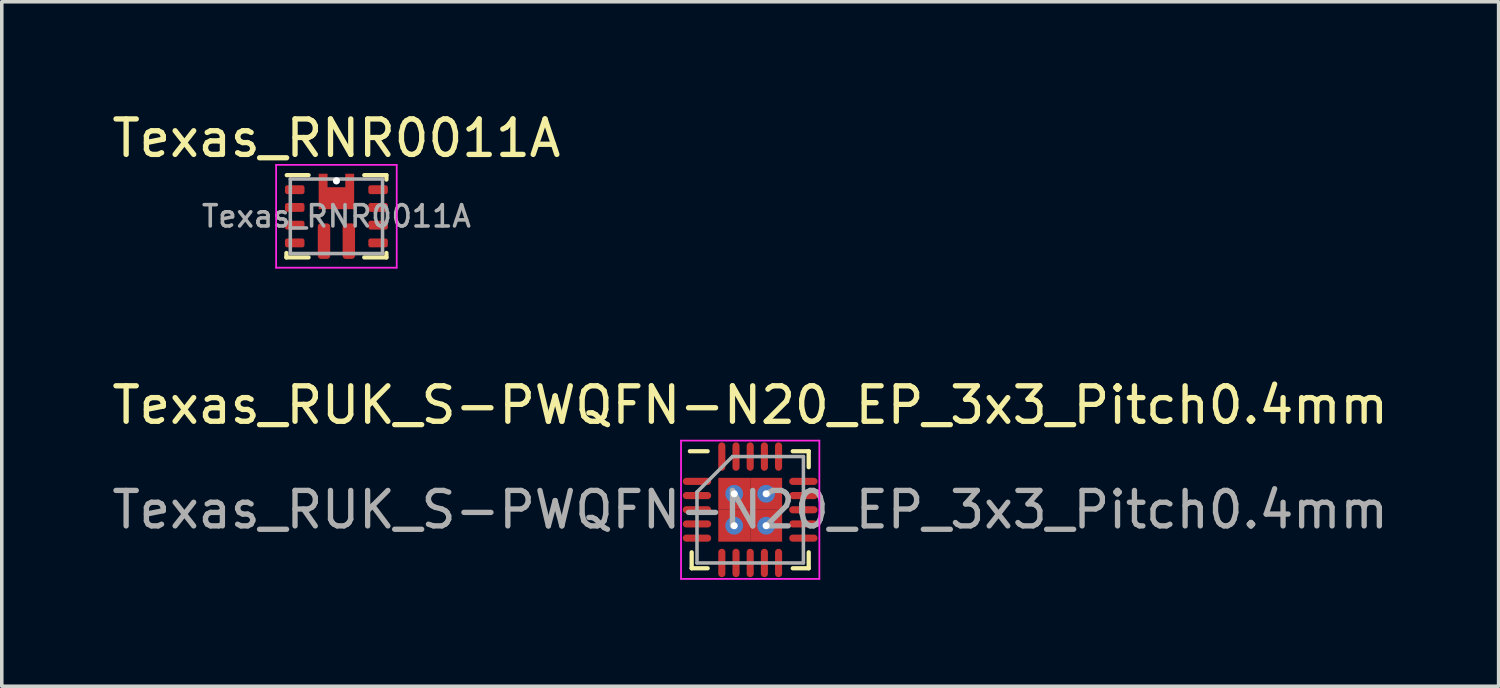
<source format=kicad_pcb>
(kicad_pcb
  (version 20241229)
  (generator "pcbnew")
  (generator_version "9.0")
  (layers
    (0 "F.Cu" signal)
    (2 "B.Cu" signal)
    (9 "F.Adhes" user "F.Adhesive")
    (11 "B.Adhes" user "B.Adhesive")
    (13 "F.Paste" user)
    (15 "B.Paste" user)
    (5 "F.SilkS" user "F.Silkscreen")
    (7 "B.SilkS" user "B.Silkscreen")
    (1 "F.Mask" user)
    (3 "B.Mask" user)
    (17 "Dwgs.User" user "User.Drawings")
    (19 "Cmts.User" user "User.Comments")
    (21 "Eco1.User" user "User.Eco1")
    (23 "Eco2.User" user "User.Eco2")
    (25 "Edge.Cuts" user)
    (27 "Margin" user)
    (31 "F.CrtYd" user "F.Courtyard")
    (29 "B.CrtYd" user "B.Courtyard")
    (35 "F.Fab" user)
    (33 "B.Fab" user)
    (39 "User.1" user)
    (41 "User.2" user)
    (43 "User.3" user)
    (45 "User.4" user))
  (footprint "Texas_RNR0011A"
    (layer "F.Cu")
    (at 6.435 3.048)
    (property "Reference" "Texas_RNR0011A" (at 0 -2.2 0) (layer "F.SilkS") (effects (font (size 1 1) (thickness 0.15))))
    (attr smd)
    (fp_line (start -1.41 1.035) (end -1.41 1.16) (stroke (width 0.12) (type solid)) (layer "F.SilkS"))
    (fp_line (start -1.41 1.16) (end -0.785 1.16) (stroke (width 0.12) (type solid)) (layer "F.SilkS"))
    (fp_line (start -1.4 -1.16) (end -0.785 -1.16) (stroke (width 0.12) (type solid)) (layer "F.SilkS"))
    (fp_line (start 0.785 -1.16) (end 1.41 -1.16) (stroke (width 0.12) (type solid)) (layer "F.SilkS"))
    (fp_line (start 0.785 1.16) (end 1.41 1.16) (stroke (width 0.12) (type solid)) (layer "F.SilkS"))
    (fp_line (start 1.41 -1.035) (end 1.41 -1.16) (stroke (width 0.12) (type solid)) (layer "F.SilkS"))
    (fp_line (start 1.41 1.035) (end 1.41 1.16) (stroke (width 0.12) (type solid)) (layer "F.SilkS"))
    (fp_line (start -1.7 -1.45) (end -1.7 1.45) (stroke (width 0.05) (type solid)) (layer "F.CrtYd"))
    (fp_line (start -1.7 -1.45) (end 1.7 -1.45) (stroke (width 0.05) (type solid)) (layer "F.CrtYd"))
    (fp_line (start -1.7 1.45) (end 1.7 1.45) (stroke (width 0.05) (type solid)) (layer "F.CrtYd"))
    (fp_line (start 1.7 -1.45) (end 1.7 1.45) (stroke (width 0.05) (type solid)) (layer "F.CrtYd"))
    (fp_line (start -1.3 -1.05) (end -1.3 1.05) (stroke (width 0.1) (type solid)) (layer "F.Fab"))
    (fp_line (start -1.3 -1.05) (end 1.3 -1.05) (stroke (width 0.1) (type solid)) (layer "F.Fab"))
    (fp_line (start -1.3 1.05) (end 1.3 1.05) (stroke (width 0.1) (type solid)) (layer "F.Fab"))
    (fp_line (start 1.3 -1.05) (end 1.3 1.05) (stroke (width 0.1) (type solid)) (layer "F.Fab"))
    (fp_text user "${REFERENCE}" (at 0 0 0) (layer "F.Fab") (effects (font (size 0.6 0.6) (thickness 0.1))))
    (pad "" smd roundrect (at -0.375 -1.06 180) (size 0.25 0.28) (layers "F.Paste") (roundrect_rratio 0.25))
    (pad "" smd roundrect (at -0.35 0.74 180) (size 0.35 0.92) (layers "F.Paste") (roundrect_rratio 0.25))
    (pad "" smd roundrect (at 0 -0.46 180) (size 1 0.52) (layers "F.Paste") (roundrect_rratio 0.25))
    (pad "" smd roundrect (at 0.35 0.74 180) (size 0.35 0.92) (layers "F.Paste") (roundrect_rratio 0.25))
    (pad "" smd roundrect (at 0.375 -1.06 180) (size 0.25 0.28) (layers "F.Paste") (roundrect_rratio 0.25))
    (pad "0" thru_hole circle (at 0 -1) (size 0.2 0.2) (drill 0.2) (layers "*.Cu" "*.Mask"))
    (pad "1" smd roundrect (at -1.175 -0.75) (size 0.55 0.25) (layers "F.Cu" "F.Mask" "F.Paste") (roundrect_rratio 0.25))
    (pad "2" smd roundrect (at -1.175 -0.25) (size 0.55 0.25) (layers "F.Cu" "F.Mask" "F.Paste") (roundrect_rratio 0.25))
    (pad "3" smd roundrect (at -1.175 0.25) (size 0.55 0.25) (layers "F.Cu" "F.Mask" "F.Paste") (roundrect_rratio 0.25))
    (pad "4" smd roundrect (at -1.175 0.75) (size 0.55 0.25) (layers "F.Cu" "F.Mask" "F.Paste") (roundrect_rratio 0.25))
    (pad "5" smd roundrect (at -0.35 0.7) (size 0.35 1) (layers "F.Cu" "F.Mask") (roundrect_rratio 0.25))
    (pad "6" smd roundrect (at 0.35 0.7) (size 0.35 1) (layers "F.Cu" "F.Mask") (roundrect_rratio 0.25))
    (pad "7" smd roundrect (at 1.175 0.75 180) (size 0.55 0.25) (layers "F.Cu" "F.Mask" "F.Paste") (roundrect_rratio 0.25))
    (pad "8" smd roundrect (at 1.175 0.25 180) (size 0.55 0.25) (layers "F.Cu" "F.Mask" "F.Paste") (roundrect_rratio 0.25))
    (pad "9" smd roundrect (at 1.175 -0.25 180) (size 0.55 0.25) (layers "F.Cu" "F.Mask" "F.Paste") (roundrect_rratio 0.25))
    (pad "10" smd roundrect (at 1.175 -0.75 180) (size 0.55 0.25) (layers "F.Cu" "F.Mask" "F.Paste") (roundrect_rratio 0.25))
    (pad "11" smd custom (at 0 -0.7) (size 1 0.12) (layers "F.Cu" "F.Mask") (options (anchor rect)) (primitives (gr_poly (pts (xy 0.5 -0.5) (xy 0.25 -0.5) (xy 0.25 -0.12) (xy -0.25 -0.12) (xy -0.25 -0.5) (xy -0.5 -0.5) (xy -0.5 0.5) (xy 0.5 0.5)) (width 0) (fill yes)))))
  (footprint "Texas_RUK_S-PWQFN-N20_EP_3x3_Pitch0.4mm"
    (layer "F.Cu")
    (at 18.101 11.322)
    (property "Reference" "Texas_RUK_S-PWQFN-N20_EP_3x3_Pitch0.4mm" (at 0 -2.95 0) (layer "F.SilkS") (effects (font (size 1 1) (thickness 0.15))))
    (attr smd)
    (fp_line (start -1.65 1.65) (end -1.65 1.2) (stroke (width 0.12) (type solid)) (layer "F.SilkS"))
    (fp_line (start -1.2 -1.65) (end -1.7 -1.65) (stroke (width 0.12) (type solid)) (layer "F.SilkS"))
    (fp_line (start -1.2 1.65) (end -1.65 1.65) (stroke (width 0.12) (type solid)) (layer "F.SilkS"))
    (fp_line (start 1.2 -1.65) (end 1.65 -1.65) (stroke (width 0.12) (type solid)) (layer "F.SilkS"))
    (fp_line (start 1.2 1.65) (end 1.65 1.65) (stroke (width 0.12) (type solid)) (layer "F.SilkS"))
    (fp_line (start 1.65 -1.65) (end 1.65 -1.2) (stroke (width 0.12) (type solid)) (layer "F.SilkS"))
    (fp_line (start 1.65 1.65) (end 1.65 1.2) (stroke (width 0.12) (type solid)) (layer "F.SilkS"))
    (fp_line (start -1.95 -1.95) (end 1.95 -1.95) (stroke (width 0.05) (type solid)) (layer "F.CrtYd"))
    (fp_line (start -1.95 1.95) (end -1.95 -1.95) (stroke (width 0.05) (type solid)) (layer "F.CrtYd"))
    (fp_line (start 1.95 -1.95) (end 1.95 1.95) (stroke (width 0.05) (type solid)) (layer "F.CrtYd"))
    (fp_line (start 1.95 1.95) (end -1.95 1.95) (stroke (width 0.05) (type solid)) (layer "F.CrtYd"))
    (fp_line (start -1.5 -0.5) (end -1.5 1.5) (stroke (width 0.1) (type solid)) (layer "F.Fab"))
    (fp_line (start -1.5 1.5) (end 1.5 1.5) (stroke (width 0.1) (type solid)) (layer "F.Fab"))
    (fp_line (start -0.5 -1.5) (end -1.5 -0.5) (stroke (width 0.1) (type solid)) (layer "F.Fab"))
    (fp_line (start 1.5 -1.5) (end -0.5 -1.5) (stroke (width 0.1) (type solid)) (layer "F.Fab"))
    (fp_line (start 1.5 1.5) (end 1.5 -1.5) (stroke (width 0.1) (type solid)) (layer "F.Fab"))
    (fp_text user "${REFERENCE}" (at 0 0 0) (layer "F.Fab") (effects (font (size 1 1) (thickness 0.15))))
    (pad "1" smd oval (at -1.5 -0.8 90) (size 0.2 0.8) (layers "F.Cu" "F.Mask" "F.Paste"))
    (pad "2" smd oval (at -1.5 -0.4 90) (size 0.2 0.8) (layers "F.Cu" "F.Mask" "F.Paste"))
    (pad "3" smd oval (at -1.5 0 90) (size 0.2 0.8) (layers "F.Cu" "F.Mask" "F.Paste"))
    (pad "4" smd oval (at -1.5 0.4 90) (size 0.2 0.8) (layers "F.Cu" "F.Mask" "F.Paste"))
    (pad "5" smd oval (at -1.5 0.8 90) (size 0.2 0.8) (layers "F.Cu" "F.Mask" "F.Paste"))
    (pad "6" smd oval (at -0.8 1.5) (size 0.2 0.8) (layers "F.Cu" "F.Mask" "F.Paste"))
    (pad "7" smd oval (at -0.4 1.5) (size 0.2 0.8) (layers "F.Cu" "F.Mask" "F.Paste"))
    (pad "8" smd oval (at 0 1.5) (size 0.2 0.8) (layers "F.Cu" "F.Mask" "F.Paste"))
    (pad "9" smd oval (at 0.4 1.5) (size 0.2 0.8) (layers "F.Cu" "F.Mask" "F.Paste"))
    (pad "10" smd oval (at 0.8 1.5) (size 0.2 0.8) (layers "F.Cu" "F.Mask" "F.Paste"))
    (pad "11" smd oval (at 1.5 0.8 90) (size 0.2 0.8) (layers "F.Cu" "F.Mask" "F.Paste"))
    (pad "12" smd oval (at 1.5 0.4 90) (size 0.2 0.8) (layers "F.Cu" "F.Mask" "F.Paste"))
    (pad "13" smd oval (at 1.5 0 90) (size 0.2 0.8) (layers "F.Cu" "F.Mask" "F.Paste"))
    (pad "14" smd oval (at 1.5 -0.4 90) (size 0.2 0.8) (layers "F.Cu" "F.Mask" "F.Paste"))
    (pad "15" smd oval (at 1.5 -0.8 90) (size 0.2 0.8) (layers "F.Cu" "F.Mask" "F.Paste"))
    (pad "16" smd oval (at 0.8 -1.5) (size 0.2 0.8) (layers "F.Cu" "F.Mask" "F.Paste"))
    (pad "17" smd oval (at 0.4 -1.5) (size 0.2 0.8) (layers "F.Cu" "F.Mask" "F.Paste"))
    (pad "18" smd oval (at 0 -1.5) (size 0.2 0.8) (layers "F.Cu" "F.Mask" "F.Paste"))
    (pad "19" smd oval (at -0.4 -1.5) (size 0.2 0.8) (layers "F.Cu" "F.Mask" "F.Paste"))
    (pad "20" smd oval (at -0.8 -1.5) (size 0.2 0.8) (layers "F.Cu" "F.Mask" "F.Paste"))
    (pad "21" thru_hole circle (at -0.45 -0.45) (size 0.5 0.5) (drill 0.2) (layers "*.Cu" "*.Mask"))
    (pad "21" smd rect (at -0.45 -0.45) (size 0.9 0.9) (layers "F.Cu" "F.Mask" "F.Paste"))
    (pad "21" thru_hole circle (at -0.45 0.45) (size 0.5 0.5) (drill 0.2) (layers "*.Cu" "*.Mask"))
    (pad "21" smd rect (at -0.45 0.45) (size 0.9 0.9) (layers "F.Cu" "F.Mask" "F.Paste"))
    (pad "21" thru_hole circle (at 0.45 -0.45) (size 0.5 0.5) (drill 0.2) (layers "*.Cu" "*.Mask"))
    (pad "21" smd rect (at 0.45 -0.45) (size 0.9 0.9) (layers "F.Cu" "F.Mask" "F.Paste"))
    (pad "21" thru_hole circle (at 0.45 0.45) (size 0.5 0.5) (drill 0.2) (layers "*.Cu" "*.Mask"))
    (pad "21" smd rect (at 0.45 0.45) (size 0.9 0.9) (layers "F.Cu" "F.Mask" "F.Paste")))
  (gr_rect
    (start -3 -3)
    (end 39.202 16.297)
    (stroke (width 0.1) (type default))
    (fill no)
    (layer "Edge.Cuts")))
</source>
